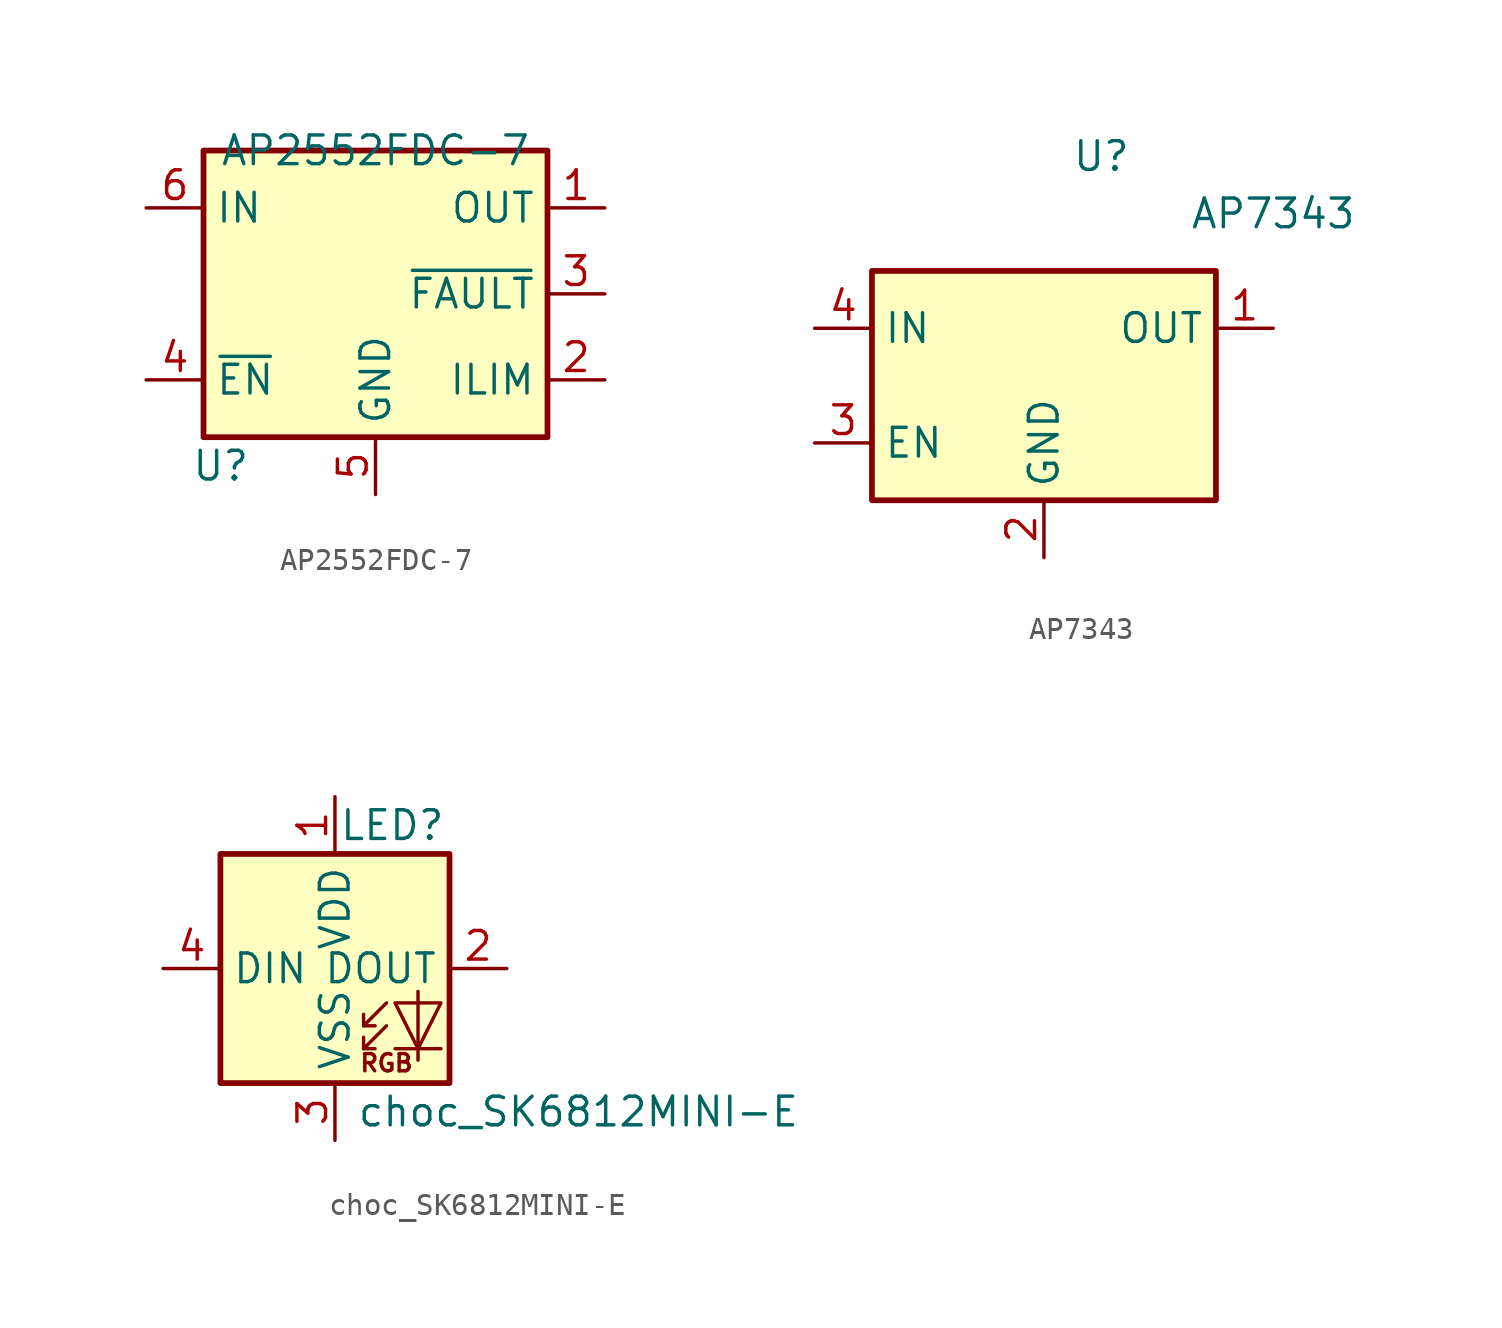
<source format=kicad_sym>
(kicad_symbol_lib
  (version 20231120)
  (generator "kicad_symbol_editor")
  (generator_version "8.0")
  (symbol "AP2552FDC-7"
    (property "Reference" "U"
      (at -6.858 -7.62 0)
      (effects (font (size 1.27 1.27))))
    (property "Value" "AP2552FDC-7 "
      (at 0 6.35 0)
      (effects (font (size 1.27 1.27))))
    (symbol "AP2552FDC-7_0_1"
      (rectangle (start -7.62 6.35) (end 7.62 -6.35) (stroke (width 0.254) (type default)) (fill (type background))))
    (symbol "AP2552FDC-7_1_1"
      (pin power_out line (at 10.16 3.81 180) (length 2.54) (name "OUT" (effects (font (size 1.27 1.27)))) (number "1" (effects (font (size 1.27 1.27)))))
      (pin passive line (at 10.16 -3.81 180) (length 2.54) (name "ILIM" (effects (font (size 1.27 1.27)))) (number "2" (effects (font (size 1.27 1.27)))))
      (pin output line (at 10.16 0 180) (length 2.54) (name "~{FAULT}" (effects (font (size 1.27 1.27)))) (number "3" (effects (font (size 1.27 1.27)))))
      (pin input line (at -10.16 -3.81 0) (length 2.54) (name "~{EN}" (effects (font (size 1.27 1.27)))) (number "4" (effects (font (size 1.27 1.27)))))
      (pin power_in line (at 0 -8.89 90) (length 2.54) (name "GND" (effects (font (size 1.27 1.27)))) (number "5" (effects (font (size 1.27 1.27)))))
      (pin power_in line (at -10.16 3.81 0) (length 2.54) (name "IN" (effects (font (size 1.27 1.27)))) (number "6" (effects (font (size 1.27 1.27)))))
      (pin power_in line (at 0 -8.89 90) (length 2.54) hide (name "EP" (effects (font (size 1.27 1.27)))) (number "7" (effects (font (size 1.27 1.27)))))))
  (symbol "AP7343"
    (property "Reference" "U"
      (at 2.54 10.16 0)
      (effects (font (size 1.27 1.27))))
    (property "Value" "AP7343"
      (at 10.16 7.62 0)
      (effects (font (size 1.27 1.27))))
    (symbol "AP7343_0_1"
      (rectangle (start -7.62 5.08) (end 7.62 -5.08) (stroke (width 0.254) (type default)) (fill (type background))))
    (symbol "AP7343_1_1"
      (pin power_out line (at 10.16 2.54 180) (length 2.54) (name "OUT" (effects (font (size 1.27 1.27)))) (number "1" (effects (font (size 1.27 1.27)))))
      (pin power_in line (at 0 -7.62 90) (length 2.54) (name "GND" (effects (font (size 1.27 1.27)))) (number "2" (effects (font (size 1.27 1.27)))))
      (pin input line (at -10.16 -2.54 0) (length 2.54) (name "EN" (effects (font (size 1.27 1.27)))) (number "3" (effects (font (size 1.27 1.27)))))
      (pin power_in line (at -10.16 2.54 0) (length 2.54) (name "IN" (effects (font (size 1.27 1.27)))) (number "4" (effects (font (size 1.27 1.27)))))
      (pin passive line (at 0 -7.62 90) (length 2.54) hide (name "GND" (effects (font (size 1.27 1.27)))) (number "5" (effects (font (size 1.27 1.27)))))))
  (symbol "choc_SK6812MINI-E"
    (property "Reference" "LED"
      (at 2.54 6.35 0)
      (effects (font (size 1.27 1.27))))
    (property "Value" "choc_SK6812MINI-E"
      (at 10.795 -6.35 0)
      (effects (font (size 1.27 1.27))))
    (symbol "choc_SK6812MINI-E_0_0"
      (text "RGB" (at 2.286 -4.191 0) (effects (font (size 0.762 0.762)))))
    (symbol "choc_SK6812MINI-E_0_1"
      (rectangle (start -5.08 5.08) (end 5.08 -5.08) (stroke (width 0.254) (type default)) (fill (type background)))
      (polyline (pts (xy 1.27 -3.556) (xy 1.778 -3.556)) (stroke (width 0) (type default)) (fill (type none)))
      (polyline (pts (xy 1.27 -2.54) (xy 1.778 -2.54)) (stroke (width 0) (type default)) (fill (type none)))
      (polyline (pts (xy 4.699 -3.556) (xy 2.667 -3.556)) (stroke (width 0) (type default)) (fill (type none)))
      (polyline (pts (xy 2.286 -2.54) (xy 1.27 -3.556) (xy 1.27 -3.048)) (stroke (width 0) (type default)) (fill (type none)))
      (polyline (pts (xy 2.286 -1.524) (xy 1.27 -2.54) (xy 1.27 -2.032)) (stroke (width 0) (type default)) (fill (type none)))
      (polyline (pts (xy 3.683 -1.016) (xy 3.683 -3.556) (xy 3.683 -4.064)) (stroke (width 0) (type default)) (fill (type none)))
      (polyline (pts (xy 4.699 -1.524) (xy 2.667 -1.524) (xy 3.683 -3.556) (xy 4.699 -1.524)) (stroke (width 0) (type default)) (fill (type none))))
    (symbol "choc_SK6812MINI-E_1_1"
      (pin power_in line (at 0 7.62 270) (length 2.54) (name "VDD" (effects (font (size 1.27 1.27)))) (number "1" (effects (font (size 1.27 1.27)))))
      (pin output line (at 7.62 0 180) (length 2.54) (name "DOUT" (effects (font (size 1.27 1.27)))) (number "2" (effects (font (size 1.27 1.27)))))
      (pin power_in line (at 0 -7.62 90) (length 2.54) (name "VSS" (effects (font (size 1.27 1.27)))) (number "3" (effects (font (size 1.27 1.27)))))
      (pin input line (at -7.62 0 0) (length 2.54) (name "DIN" (effects (font (size 1.27 1.27)))) (number "4" (effects (font (size 1.27 1.27))))))))
</source>
